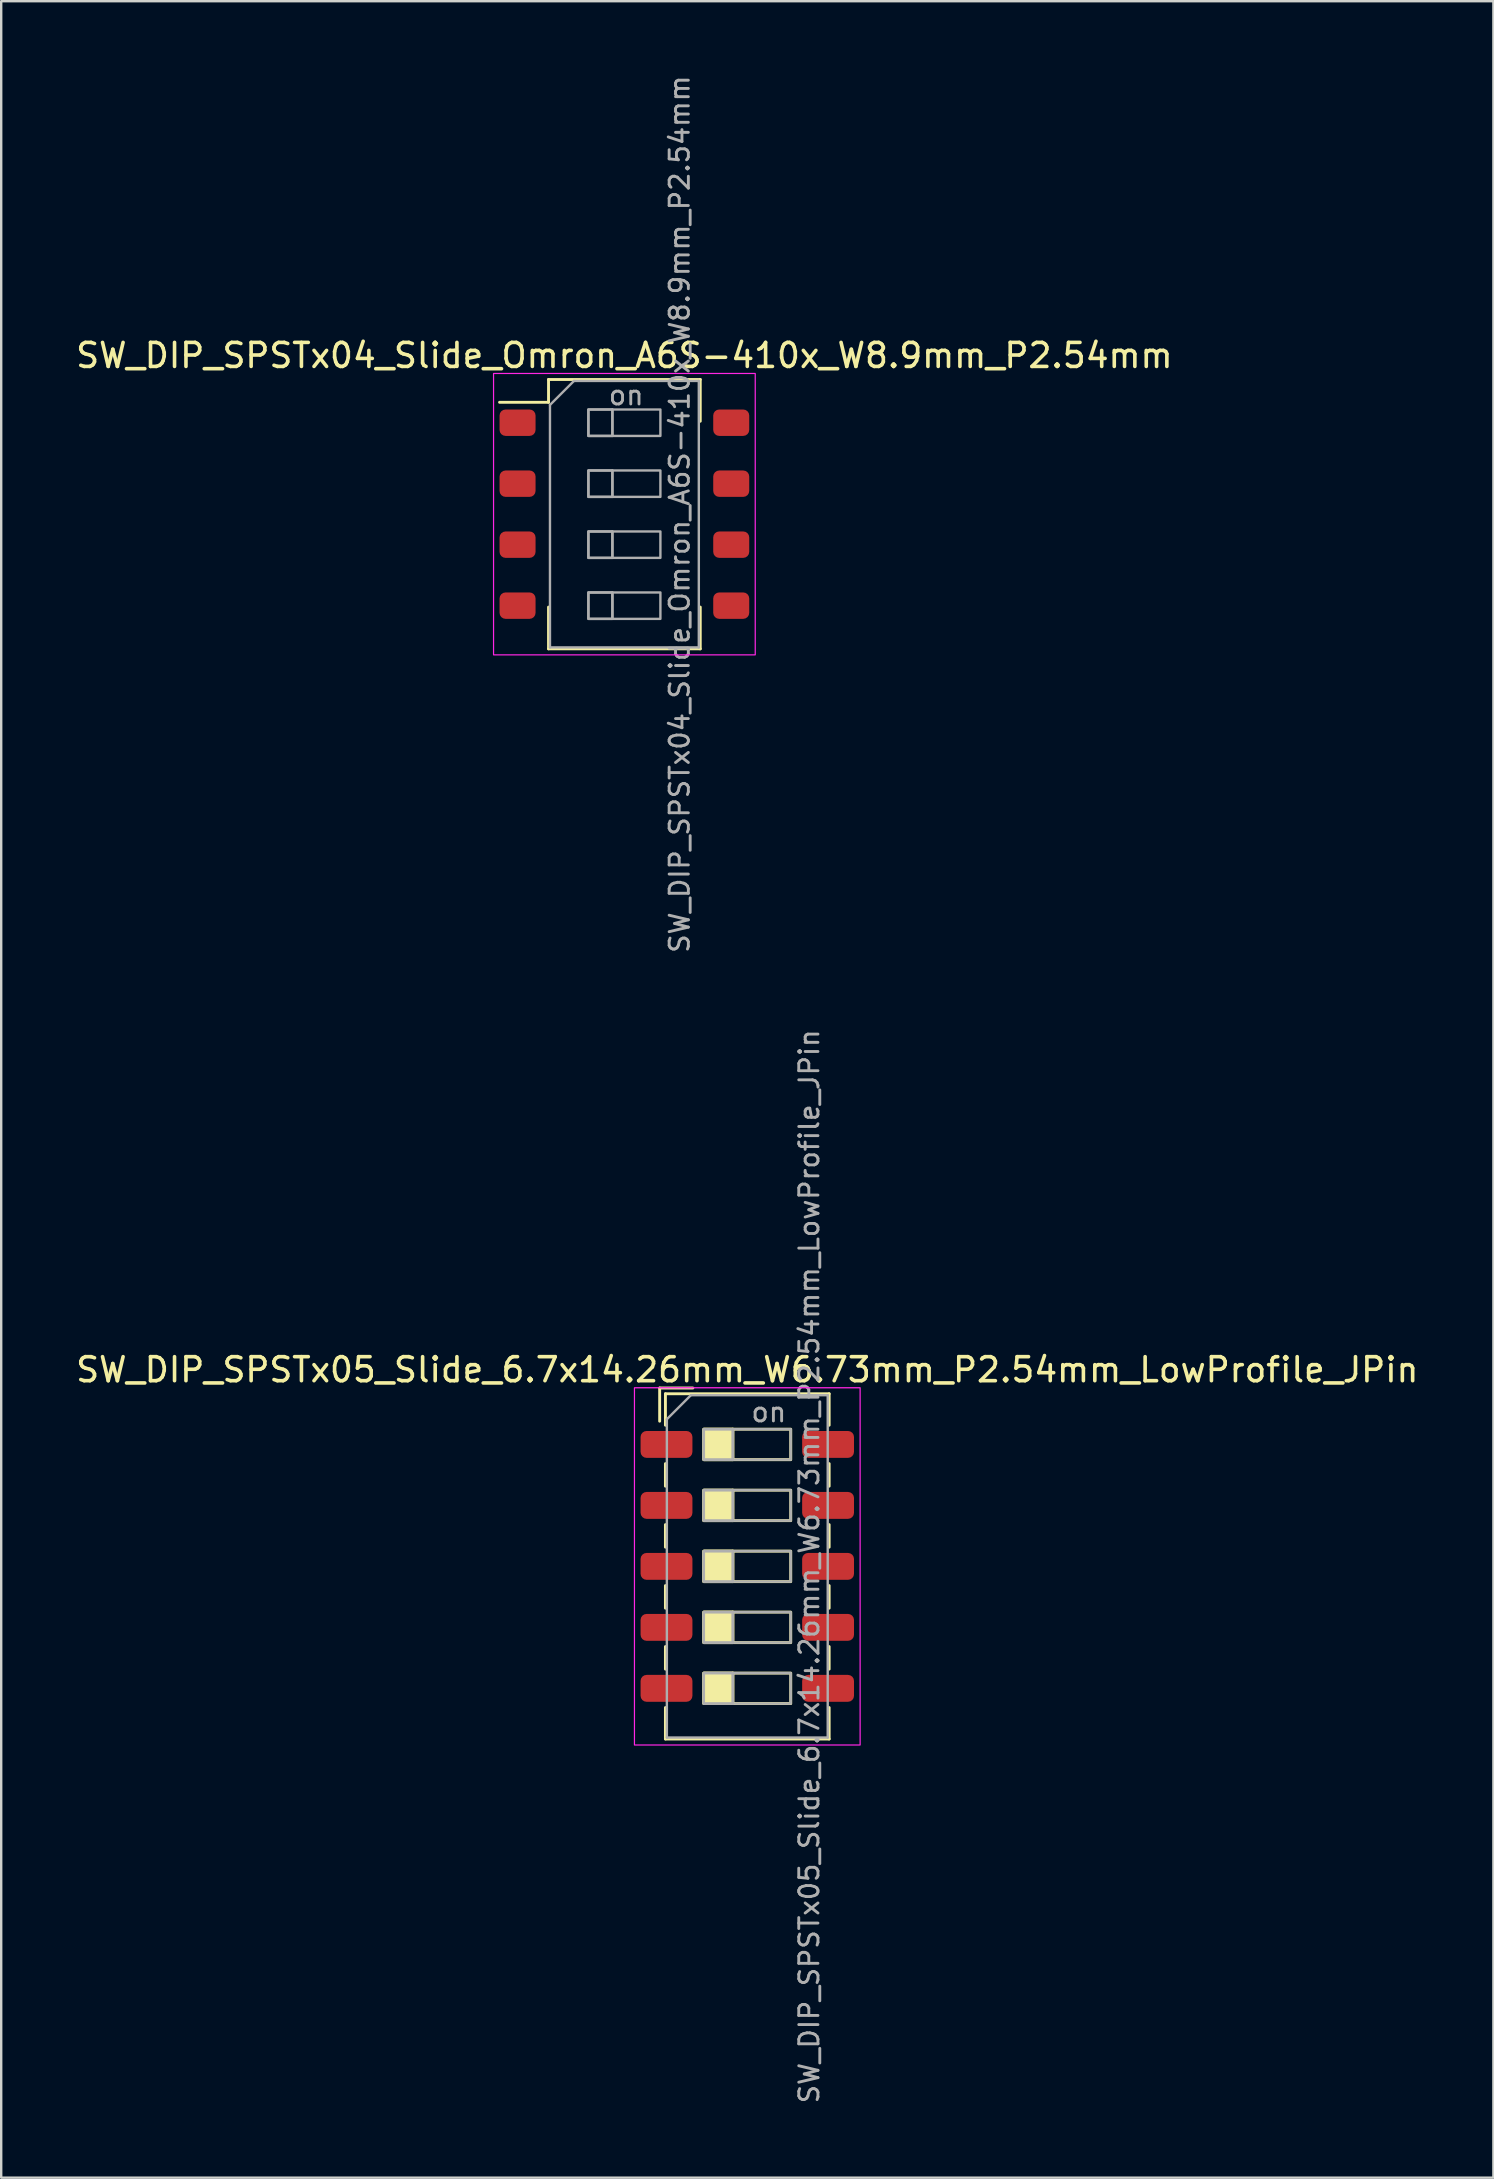
<source format=kicad_pcb>
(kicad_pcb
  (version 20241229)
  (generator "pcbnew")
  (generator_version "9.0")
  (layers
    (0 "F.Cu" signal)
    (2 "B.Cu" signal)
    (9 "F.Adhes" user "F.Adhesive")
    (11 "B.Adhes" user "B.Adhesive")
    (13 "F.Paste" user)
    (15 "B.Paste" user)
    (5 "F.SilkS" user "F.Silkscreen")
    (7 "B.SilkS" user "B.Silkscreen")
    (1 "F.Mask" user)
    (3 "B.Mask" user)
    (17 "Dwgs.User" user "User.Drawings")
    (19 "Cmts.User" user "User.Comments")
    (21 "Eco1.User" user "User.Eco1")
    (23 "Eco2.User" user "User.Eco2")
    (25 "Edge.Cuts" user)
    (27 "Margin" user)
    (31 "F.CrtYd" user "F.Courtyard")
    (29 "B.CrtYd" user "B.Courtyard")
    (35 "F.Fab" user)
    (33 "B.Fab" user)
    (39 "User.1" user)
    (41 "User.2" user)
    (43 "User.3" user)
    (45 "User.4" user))
  (footprint "SW_DIP_SPSTx04_Slide_Omron_A6S-410x_W8.9mm_P2.54mm"
    (layer "F.Cu")
    (at 22.958 18.367)
    (property "Reference" "SW_DIP_SPSTx04_Slide_Omron_A6S-410x_W8.9mm_P2.54mm" (at 0 -6.61 0) (layer "F.SilkS") (effects (font (size 1 1) (thickness 0.15))))
    (attr smd)
    (fp_line (start -5.2 -4.66) (end -3.16 -4.66) (stroke (width 0.12) (type solid)) (layer "F.SilkS"))
    (fp_line (start -3.16 -5.61) (end -3.16 -4.66) (stroke (width 0.12) (type solid)) (layer "F.SilkS"))
    (fp_line (start -3.16 -5.61) (end 3.16 -5.61) (stroke (width 0.12) (type solid)) (layer "F.SilkS"))
    (fp_line (start -3.16 5.61) (end -3.16 3.87) (stroke (width 0.12) (type solid)) (layer "F.SilkS"))
    (fp_line (start -3.16 5.61) (end 3.16 5.61) (stroke (width 0.12) (type solid)) (layer "F.SilkS"))
    (fp_line (start 3.16 -5.61) (end 3.16 -3.87) (stroke (width 0.12) (type solid)) (layer "F.SilkS"))
    (fp_line (start 3.16 5.61) (end 3.16 3.87) (stroke (width 0.12) (type solid)) (layer "F.SilkS"))
    (fp_rect (start -5.45 -5.86) (end 5.45 5.86) (stroke (width 0.05) (type solid)) (fill no) (layer "F.CrtYd"))
    (fp_line (start -3.1 -4.55) (end -2.1 -5.55) (stroke (width 0.1) (type solid)) (layer "F.Fab"))
    (fp_line (start -3.1 5.55) (end -3.1 -4.55) (stroke (width 0.1) (type solid)) (layer "F.Fab"))
    (fp_line (start -2.1 -5.55) (end 3.1 -5.55) (stroke (width 0.1) (type solid)) (layer "F.Fab"))
    (fp_line (start -0.5 -4.36) (end -0.5 -3.26) (stroke (width 0.1) (type solid)) (layer "F.Fab"))
    (fp_line (start -0.5 -1.82) (end -0.5 -0.72) (stroke (width 0.1) (type solid)) (layer "F.Fab"))
    (fp_line (start -0.5 0.72) (end -0.5 1.82) (stroke (width 0.1) (type solid)) (layer "F.Fab"))
    (fp_line (start -0.5 3.26) (end -0.5 4.36) (stroke (width 0.1) (type solid)) (layer "F.Fab"))
    (fp_line (start 3.1 -5.55) (end 3.1 5.55) (stroke (width 0.1) (type solid)) (layer "F.Fab"))
    (fp_line (start 3.1 5.55) (end -3.1 5.55) (stroke (width 0.1) (type solid)) (layer "F.Fab"))
    (fp_rect (start -1.5 -4.36) (end -0.5 -3.26) (stroke (width 0.1) (type solid)) (fill no) (layer "F.Fab"))
    (fp_rect (start -1.5 -4.36) (end 1.5 -3.26) (stroke (width 0.1) (type solid)) (fill no) (layer "F.Fab"))
    (fp_rect (start -1.5 -1.82) (end -0.5 -0.72) (stroke (width 0.1) (type solid)) (fill no) (layer "F.Fab"))
    (fp_rect (start -1.5 -1.82) (end 1.5 -0.72) (stroke (width 0.1) (type solid)) (fill no) (layer "F.Fab"))
    (fp_rect (start -1.5 0.72) (end -0.5 1.82) (stroke (width 0.1) (type solid)) (fill no) (layer "F.Fab"))
    (fp_rect (start -1.5 0.72) (end 1.5 1.82) (stroke (width 0.1) (type solid)) (fill no) (layer "F.Fab"))
    (fp_rect (start -1.5 3.26) (end -0.5 4.36) (stroke (width 0.1) (type solid)) (fill no) (layer "F.Fab"))
    (fp_rect (start -1.5 3.26) (end 1.5 4.36) (stroke (width 0.1) (type solid)) (fill no) (layer "F.Fab"))
    (fp_text user "${REFERENCE}" (at 2.3 0 90) (layer "F.Fab") (effects (font (size 0.8 0.8) (thickness 0.12))))
    (fp_text user "on" (at 0.075 -4.955 0) (layer "F.Fab") (effects (font (size 0.8 0.8) (thickness 0.12))))
    (pad "1" smd roundrect (at -4.45 -3.81) (size 1.5 1.1) (layers "F.Cu" "F.Mask" "F.Paste") (roundrect_rratio 0.227))
    (pad "2" smd roundrect (at -4.45 -1.27) (size 1.5 1.1) (layers "F.Cu" "F.Mask" "F.Paste") (roundrect_rratio 0.227))
    (pad "3" smd roundrect (at -4.45 1.27) (size 1.5 1.1) (layers "F.Cu" "F.Mask" "F.Paste") (roundrect_rratio 0.227))
    (pad "4" smd roundrect (at -4.45 3.81) (size 1.5 1.1) (layers "F.Cu" "F.Mask" "F.Paste") (roundrect_rratio 0.227))
    (pad "5" smd roundrect (at 4.45 3.81) (size 1.5 1.1) (layers "F.Cu" "F.Mask" "F.Paste") (roundrect_rratio 0.227))
    (pad "6" smd roundrect (at 4.45 1.27) (size 1.5 1.1) (layers "F.Cu" "F.Mask" "F.Paste") (roundrect_rratio 0.227))
    (pad "7" smd roundrect (at 4.45 -1.27) (size 1.5 1.1) (layers "F.Cu" "F.Mask" "F.Paste") (roundrect_rratio 0.227))
    (pad "8" smd roundrect (at 4.45 -3.81) (size 1.5 1.1) (layers "F.Cu" "F.Mask" "F.Paste") (roundrect_rratio 0.227)))
  (footprint "SW_DIP_SPSTx05_Slide_6.7x14.26mm_W6.73mm_P2.54mm_LowProfile_JPin"
    (layer "F.Cu")
    (at 28.077 62.195)
    (property "Reference" "SW_DIP_SPSTx05_Slide_6.7x14.26mm_W6.73mm_P2.54mm_LowProfile_JPin" (at 0 -8.19 0) (layer "F.SilkS") (effects (font (size 1 1) (thickness 0.15))))
    (attr smd)
    (fp_line (start -3.65 -7.43) (end -3.65 -6.047) (stroke (width 0.12) (type solid)) (layer "F.SilkS"))
    (fp_line (start -3.65 -7.43) (end -2.267 -7.43) (stroke (width 0.12) (type solid)) (layer "F.SilkS"))
    (fp_line (start -3.41 -7.19) (end -3.41 -5.88) (stroke (width 0.12) (type solid)) (layer "F.SilkS"))
    (fp_line (start -3.41 -7.19) (end 3.41 -7.19) (stroke (width 0.12) (type solid)) (layer "F.SilkS"))
    (fp_line (start -3.41 -4.28) (end -3.41 -3.34) (stroke (width 0.12) (type solid)) (layer "F.SilkS"))
    (fp_line (start -3.41 -1.74) (end -3.41 -0.8) (stroke (width 0.12) (type solid)) (layer "F.SilkS"))
    (fp_line (start -3.41 0.8) (end -3.41 1.74) (stroke (width 0.12) (type solid)) (layer "F.SilkS"))
    (fp_line (start -3.41 3.34) (end -3.41 4.28) (stroke (width 0.12) (type solid)) (layer "F.SilkS"))
    (fp_line (start -3.41 5.88) (end -3.41 7.19) (stroke (width 0.12) (type solid)) (layer "F.SilkS"))
    (fp_line (start -3.41 7.19) (end 3.41 7.19) (stroke (width 0.12) (type solid)) (layer "F.SilkS"))
    (fp_line (start -0.603 -5.715) (end -0.603 -4.445) (stroke (width 0.12) (type solid)) (layer "F.SilkS"))
    (fp_line (start -0.603 -3.175) (end -0.603 -1.905) (stroke (width 0.12) (type solid)) (layer "F.SilkS"))
    (fp_line (start -0.603 -0.635) (end -0.603 0.635) (stroke (width 0.12) (type solid)) (layer "F.SilkS"))
    (fp_line (start -0.603 1.905) (end -0.603 3.175) (stroke (width 0.12) (type solid)) (layer "F.SilkS"))
    (fp_line (start -0.603 4.445) (end -0.603 5.715) (stroke (width 0.12) (type solid)) (layer "F.SilkS"))
    (fp_line (start 3.41 -7.19) (end 3.41 -5.88) (stroke (width 0.12) (type solid)) (layer "F.SilkS"))
    (fp_line (start 3.41 -4.28) (end 3.41 -3.34) (stroke (width 0.12) (type solid)) (layer "F.SilkS"))
    (fp_line (start 3.41 -1.74) (end 3.41 -0.8) (stroke (width 0.12) (type solid)) (layer "F.SilkS"))
    (fp_line (start 3.41 0.8) (end 3.41 1.74) (stroke (width 0.12) (type solid)) (layer "F.SilkS"))
    (fp_line (start 3.41 3.34) (end 3.41 4.28) (stroke (width 0.12) (type solid)) (layer "F.SilkS"))
    (fp_line (start 3.41 5.88) (end 3.41 7.19) (stroke (width 0.12) (type solid)) (layer "F.SilkS"))
    (fp_rect (start -1.81 -5.715) (end -0.603 -4.445) (stroke (width 0.12) (type solid)) (fill yes) (layer "F.SilkS"))
    (fp_rect (start -1.81 -5.715) (end 1.81 -4.445) (stroke (width 0.12) (type solid)) (fill no) (layer "F.SilkS"))
    (fp_rect (start -1.81 -3.175) (end -0.603 -1.905) (stroke (width 0.12) (type solid)) (fill yes) (layer "F.SilkS"))
    (fp_rect (start -1.81 -3.175) (end 1.81 -1.905) (stroke (width 0.12) (type solid)) (fill no) (layer "F.SilkS"))
    (fp_rect (start -1.81 -0.635) (end -0.603 0.635) (stroke (width 0.12) (type solid)) (fill yes) (layer "F.SilkS"))
    (fp_rect (start -1.81 -0.635) (end 1.81 0.635) (stroke (width 0.12) (type solid)) (fill no) (layer "F.SilkS"))
    (fp_rect (start -1.81 1.905) (end -0.603 3.175) (stroke (width 0.12) (type solid)) (fill yes) (layer "F.SilkS"))
    (fp_rect (start -1.81 1.905) (end 1.81 3.175) (stroke (width 0.12) (type solid)) (fill no) (layer "F.SilkS"))
    (fp_rect (start -1.81 4.445) (end -0.603 5.715) (stroke (width 0.12) (type solid)) (fill yes) (layer "F.SilkS"))
    (fp_rect (start -1.81 4.445) (end 1.81 5.715) (stroke (width 0.12) (type solid)) (fill no) (layer "F.SilkS"))
    (fp_rect (start -4.7 -7.44) (end 4.7 7.44) (stroke (width 0.05) (type solid)) (fill no) (layer "F.CrtYd"))
    (fp_line (start -3.35 -6.13) (end -2.35 -7.13) (stroke (width 0.1) (type solid)) (layer "F.Fab"))
    (fp_line (start -3.35 7.13) (end -3.35 -6.13) (stroke (width 0.1) (type solid)) (layer "F.Fab"))
    (fp_line (start -2.35 -7.13) (end 3.35 -7.13) (stroke (width 0.1) (type solid)) (layer "F.Fab"))
    (fp_line (start -0.603 -5.715) (end -0.603 -4.445) (stroke (width 0.1) (type solid)) (layer "F.Fab"))
    (fp_line (start -0.603 -3.175) (end -0.603 -1.905) (stroke (width 0.1) (type solid)) (layer "F.Fab"))
    (fp_line (start -0.603 -0.635) (end -0.603 0.635) (stroke (width 0.1) (type solid)) (layer "F.Fab"))
    (fp_line (start -0.603 1.905) (end -0.603 3.175) (stroke (width 0.1) (type solid)) (layer "F.Fab"))
    (fp_line (start -0.603 4.445) (end -0.603 5.715) (stroke (width 0.1) (type solid)) (layer "F.Fab"))
    (fp_line (start 3.35 -7.13) (end 3.35 7.13) (stroke (width 0.1) (type solid)) (layer "F.Fab"))
    (fp_line (start 3.35 7.13) (end -3.35 7.13) (stroke (width 0.1) (type solid)) (layer "F.Fab"))
    (fp_rect (start -1.81 -5.715) (end -0.603 -4.445) (stroke (width 0.1) (type solid)) (fill no) (layer "F.Fab"))
    (fp_rect (start -1.81 -5.715) (end 1.81 -4.445) (stroke (width 0.1) (type solid)) (fill no) (layer "F.Fab"))
    (fp_rect (start -1.81 -3.175) (end -0.603 -1.905) (stroke (width 0.1) (type solid)) (fill no) (layer "F.Fab"))
    (fp_rect (start -1.81 -3.175) (end 1.81 -1.905) (stroke (width 0.1) (type solid)) (fill no) (layer "F.Fab"))
    (fp_rect (start -1.81 -0.635) (end -0.603 0.635) (stroke (width 0.1) (type solid)) (fill no) (layer "F.Fab"))
    (fp_rect (start -1.81 -0.635) (end 1.81 0.635) (stroke (width 0.1) (type solid)) (fill no) (layer "F.Fab"))
    (fp_rect (start -1.81 1.905) (end -0.603 3.175) (stroke (width 0.1) (type solid)) (fill no) (layer "F.Fab"))
    (fp_rect (start -1.81 1.905) (end 1.81 3.175) (stroke (width 0.1) (type solid)) (fill no) (layer "F.Fab"))
    (fp_rect (start -1.81 4.445) (end -0.603 5.715) (stroke (width 0.1) (type solid)) (fill no) (layer "F.Fab"))
    (fp_rect (start -1.81 4.445) (end 1.81 5.715) (stroke (width 0.1) (type solid)) (fill no) (layer "F.Fab"))
    (fp_text user "${REFERENCE}" (at 2.58 0 90) (layer "F.Fab") (effects (font (size 0.8 0.8) (thickness 0.12))))
    (fp_text user "on" (at 0.897 -6.423 0) (layer "F.Fab") (effects (font (size 0.8 0.8) (thickness 0.12))))
    (pad "1" smd roundrect (at -3.365 -5.08) (size 2.16 1.12) (layers "F.Cu" "F.Mask" "F.Paste") (roundrect_rratio 0.223))
    (pad "2" smd roundrect (at -3.365 -2.54) (size 2.16 1.12) (layers "F.Cu" "F.Mask" "F.Paste") (roundrect_rratio 0.223))
    (pad "3" smd roundrect (at -3.365 0) (size 2.16 1.12) (layers "F.Cu" "F.Mask" "F.Paste") (roundrect_rratio 0.223))
    (pad "4" smd roundrect (at -3.365 2.54) (size 2.16 1.12) (layers "F.Cu" "F.Mask" "F.Paste") (roundrect_rratio 0.223))
    (pad "5" smd roundrect (at -3.365 5.08) (size 2.16 1.12) (layers "F.Cu" "F.Mask" "F.Paste") (roundrect_rratio 0.223))
    (pad "6" smd roundrect (at 3.365 5.08) (size 2.16 1.12) (layers "F.Cu" "F.Mask" "F.Paste") (roundrect_rratio 0.223))
    (pad "7" smd roundrect (at 3.365 2.54) (size 2.16 1.12) (layers "F.Cu" "F.Mask" "F.Paste") (roundrect_rratio 0.223))
    (pad "8" smd roundrect (at 3.365 0) (size 2.16 1.12) (layers "F.Cu" "F.Mask" "F.Paste") (roundrect_rratio 0.223))
    (pad "9" smd roundrect (at 3.365 -2.54) (size 2.16 1.12) (layers "F.Cu" "F.Mask" "F.Paste") (roundrect_rratio 0.223))
    (pad "10" smd roundrect (at 3.365 -5.08) (size 2.16 1.12) (layers "F.Cu" "F.Mask" "F.Paste") (roundrect_rratio 0.223)))
  (gr_rect
    (start -3 -3)
    (end 59.155 87.657)
    (stroke (width 0.1) (type default))
    (fill no)
    (layer "Edge.Cuts")))
</source>
